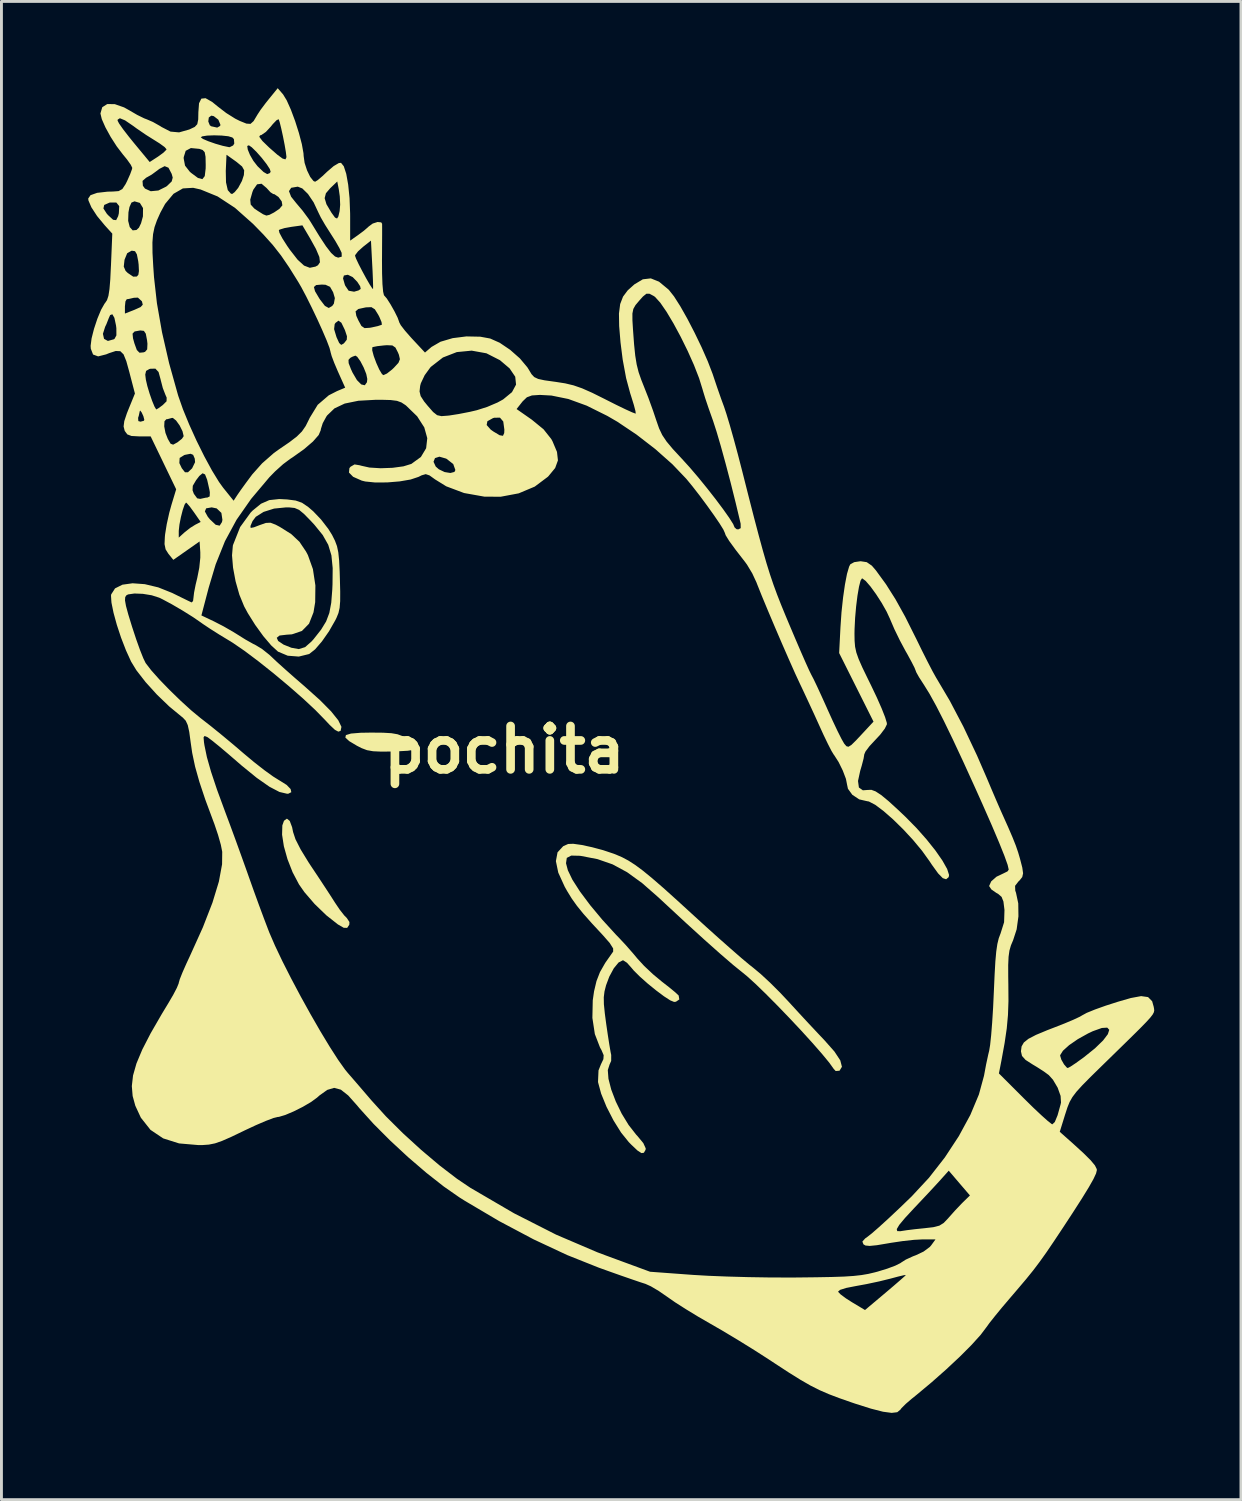
<source format=kicad_pcb>
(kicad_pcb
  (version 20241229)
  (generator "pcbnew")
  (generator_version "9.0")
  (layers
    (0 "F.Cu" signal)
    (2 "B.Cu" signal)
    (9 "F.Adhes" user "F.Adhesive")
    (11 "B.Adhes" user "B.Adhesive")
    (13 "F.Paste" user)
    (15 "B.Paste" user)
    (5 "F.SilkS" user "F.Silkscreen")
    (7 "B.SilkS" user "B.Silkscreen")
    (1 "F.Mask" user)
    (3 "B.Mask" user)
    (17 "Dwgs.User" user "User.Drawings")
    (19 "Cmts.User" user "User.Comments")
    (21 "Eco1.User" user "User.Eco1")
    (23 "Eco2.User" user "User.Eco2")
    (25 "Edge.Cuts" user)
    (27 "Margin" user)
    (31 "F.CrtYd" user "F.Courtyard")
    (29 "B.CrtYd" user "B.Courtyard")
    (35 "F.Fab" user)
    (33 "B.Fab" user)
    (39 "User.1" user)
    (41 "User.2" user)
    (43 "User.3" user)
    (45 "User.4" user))
  (footprint "pochita"
    (layer "F.Cu")
    (at 14.393 22.878)
    (property "Reference" "pochita" (at 0 0 0) (layer "F.SilkS") (effects (font (size 1.5 1.5) (thickness 0.3))))
    (attr board_only exclude_from_pos_files exclude_from_bom)
    (fp_poly (pts (xy -4.194 -0.589) (xy -3.905 -0.572) (xy -3.694 -0.535) (xy -3.516 -0.469) (xy -3.335 -0.371) (xy -3.127 -0.229) (xy -3.004 -0.105) (xy -2.988 -0.053) (xy -3.088 -0.003) (xy -3.344 0.035) (xy -3.74 0.057) (xy -3.859 0.061) (xy -4.26 0.065) (xy -4.541 0.052) (xy -4.751 0.015) (xy -4.939 -0.056) (xy -5.101 -0.139) (xy -5.372 -0.301) (xy -5.5 -0.422) (xy -5.48 -0.507) (xy -5.305 -0.56) (xy -4.972 -0.587) (xy -4.608 -0.593)) (stroke (width 0) (type solid)) (fill yes) (layer "F.SilkS"))
    (fp_poly (pts (xy -7.423 2.462) (xy -7.341 2.68) (xy -7.308 2.844) (xy -7.225 3.095) (xy -7.044 3.451) (xy -6.777 3.887) (xy -6.697 4.009) (xy -6.443 4.39) (xy -6.194 4.768) (xy -5.981 5.095) (xy -5.864 5.279) (xy -5.694 5.531) (xy -5.537 5.731) (xy -5.451 5.817) (xy -5.359 5.957) (xy -5.363 6.05) (xy -5.437 6.16) (xy -5.556 6.157) (xy -5.759 6.04) (xy -5.76 6.039) (xy -6.157 5.726) (xy -6.562 5.335) (xy -6.916 4.924) (xy -7.102 4.658) (xy -7.324 4.237) (xy -7.501 3.785) (xy -7.626 3.339) (xy -7.688 2.938) (xy -7.679 2.617) (xy -7.622 2.456) (xy -7.521 2.383)) (stroke (width 0) (type solid)) (fill yes) (layer "F.SilkS"))
    (fp_poly (pts (xy -7.511 -8.656) (xy -7.218 -8.618) (xy -7 -8.542) (xy -6.784 -8.395) (xy -6.61 -8.245) (xy -6.341 -7.963) (xy -6.087 -7.634) (xy -5.96 -7.43) (xy -5.859 -7.228) (xy -5.789 -7.041) (xy -5.744 -6.827) (xy -5.715 -6.545) (xy -5.696 -6.155) (xy -5.689 -5.918) (xy -5.678 -5.464) (xy -5.679 -5.14) (xy -5.698 -4.908) (xy -5.738 -4.729) (xy -5.804 -4.566) (xy -5.845 -4.482) (xy -6.066 -4.095) (xy -6.31 -3.746) (xy -6.545 -3.473) (xy -6.744 -3.315) (xy -6.756 -3.309) (xy -7.11 -3.222) (xy -7.493 -3.252) (xy -7.824 -3.391) (xy -7.834 -3.398) (xy -8.065 -3.609) (xy -8.337 -3.929) (xy -8.617 -4.316) (xy -8.873 -4.724) (xy -9 -4.959) (xy -9.165 -5.362) (xy -9.296 -5.825) (xy -9.384 -6.296) (xy -9.419 -6.723) (xy -9.391 -7.054) (xy -9.385 -7.08) (xy -9.138 -7.702) (xy -9.113 -7.736) (xy -8.782 -7.736) (xy -8.775 -7.67) (xy -8.66 -7.693) (xy -8.464 -7.768) (xy -8.247 -7.844) (xy -8.089 -7.851) (xy -7.912 -7.784) (xy -7.765 -7.706) (xy -7.372 -7.459) (xy -7.088 -7.193) (xy -6.859 -6.852) (xy -6.795 -6.731) (xy -6.622 -6.247) (xy -6.536 -5.682) (xy -6.543 -5.103) (xy -6.602 -4.75) (xy -6.756 -4.359) (xy -7.002 -4.108) (xy -7.348 -3.991) (xy -7.527 -3.979) (xy -7.775 -3.95) (xy -7.872 -3.872) (xy -7.824 -3.762) (xy -7.637 -3.636) (xy -7.366 -3.527) (xy -7.109 -3.481) (xy -6.891 -3.549) (xy -6.665 -3.749) (xy -6.592 -3.832) (xy -6.339 -4.153) (xy -6.165 -4.437) (xy -6.054 -4.73) (xy -5.988 -5.081) (xy -5.952 -5.537) (xy -5.944 -5.722) (xy -5.938 -6.282) (xy -5.982 -6.723) (xy -6.092 -7.088) (xy -6.283 -7.426) (xy -6.571 -7.781) (xy -6.696 -7.916) (xy -6.93 -8.155) (xy -7.099 -8.295) (xy -7.254 -8.361) (xy -7.443 -8.381) (xy -7.546 -8.382) (xy -7.964 -8.34) (xy -8.328 -8.225) (xy -8.598 -8.055) (xy -8.709 -7.908) (xy -8.782 -7.736) (xy -9.113 -7.736) (xy -8.775 -8.202) (xy -8.707 -8.271) (xy -8.418 -8.507) (xy -8.131 -8.633) (xy -7.786 -8.67)) (stroke (width 0) (type solid)) (fill yes) (layer "F.SilkS"))
    (fp_poly (pts (xy 2.673 3.293) (xy 3.034 3.371) (xy 3.42 3.475) (xy 3.785 3.597) (xy 3.852 3.623) (xy 4.072 3.718) (xy 4.289 3.833) (xy 4.522 3.983) (xy 4.789 4.181) (xy 5.108 4.442) (xy 5.497 4.779) (xy 5.973 5.207) (xy 6.489 5.679) (xy 6.957 6.106) (xy 7.412 6.515) (xy 7.832 6.886) (xy 8.191 7.199) (xy 8.468 7.431) (xy 8.606 7.54) (xy 8.865 7.756) (xy 9.191 8.058) (xy 9.538 8.404) (xy 9.821 8.705) (xy 10.161 9.076) (xy 10.522 9.466) (xy 10.857 9.823) (xy 11.07 10.048) (xy 11.415 10.438) (xy 11.616 10.743) (xy 11.673 10.964) (xy 11.59 11.1) (xy 11.457 11.111) (xy 11.388 11.036) (xy 11.233 10.82) (xy 10.98 10.513) (xy 10.651 10.137) (xy 10.27 9.718) (xy 9.859 9.28) (xy 9.443 8.848) (xy 9.044 8.446) (xy 8.686 8.099) (xy 8.392 7.832) (xy 8.255 7.72) (xy 7.921 7.45) (xy 7.475 7.066) (xy 6.925 6.577) (xy 6.279 5.989) (xy 5.545 5.309) (xy 5.338 5.116) (xy 4.764 4.612) (xy 4.242 4.234) (xy 3.74 3.963) (xy 3.221 3.783) (xy 2.651 3.673) (xy 2.605 3.667) (xy 2.312 3.66) (xy 2.158 3.74) (xy 2.131 3.925) (xy 2.195 4.168) (xy 2.351 4.493) (xy 2.614 4.903) (xy 2.966 5.374) (xy 3.386 5.878) (xy 3.855 6.392) (xy 3.979 6.52) (xy 4.208 6.766) (xy 4.465 7.06) (xy 4.598 7.22) (xy 4.835 7.478) (xy 5.144 7.768) (xy 5.444 8.017) (xy 5.702 8.218) (xy 5.906 8.386) (xy 6.019 8.491) (xy 6.027 8.501) (xy 6.049 8.635) (xy 5.933 8.714) (xy 5.868 8.721) (xy 5.736 8.667) (xy 5.517 8.525) (xy 5.246 8.322) (xy 4.959 8.089) (xy 4.691 7.851) (xy 4.477 7.639) (xy 4.386 7.531) (xy 4.238 7.366) (xy 4.112 7.284) (xy 4.097 7.281) (xy 3.949 7.357) (xy 3.784 7.558) (xy 3.628 7.846) (xy 3.516 8.145) (xy 3.462 8.357) (xy 3.437 8.56) (xy 3.441 8.8) (xy 3.474 9.126) (xy 3.518 9.459) (xy 3.575 9.851) (xy 3.629 10.198) (xy 3.673 10.454) (xy 3.694 10.555) (xy 3.693 10.761) (xy 3.639 10.882) (xy 3.576 11.078) (xy 3.599 11.379) (xy 3.695 11.752) (xy 3.852 12.164) (xy 4.056 12.584) (xy 4.296 12.977) (xy 4.557 13.311) (xy 4.594 13.35) (xy 4.805 13.604) (xy 4.888 13.787) (xy 4.882 13.837) (xy 4.824 13.937) (xy 4.74 13.949) (xy 4.604 13.861) (xy 4.391 13.66) (xy 4.301 13.568) (xy 4.037 13.241) (xy 3.772 12.816) (xy 3.532 12.349) (xy 3.346 11.893) (xy 3.241 11.506) (xy 3.238 11.481) (xy 3.255 11.09) (xy 3.338 10.881) (xy 3.424 10.7) (xy 3.433 10.564) (xy 3.361 10.394) (xy 3.306 10.294) (xy 3.128 9.832) (xy 3.043 9.273) (xy 3.056 8.665) (xy 3.101 8.354) (xy 3.185 8) (xy 3.305 7.691) (xy 3.486 7.373) (xy 3.756 6.988) (xy 3.762 6.981) (xy 3.761 6.871) (xy 3.642 6.683) (xy 3.414 6.422) (xy 3.026 6.004) (xy 2.732 5.673) (xy 2.509 5.398) (xy 2.33 5.147) (xy 2.17 4.887) (xy 2.084 4.734) (xy 1.863 4.249) (xy 1.781 3.852) (xy 1.838 3.547) (xy 2.033 3.336) (xy 2.204 3.259) (xy 2.381 3.252)) (stroke (width 0) (type solid)) (fill yes) (layer "F.SilkS"))
    (fp_poly (pts (xy -7.653 -22.663) (xy -7.528 -22.458) (xy -7.384 -22.136) (xy -7.238 -21.744) (xy -7.106 -21.329) (xy -7.004 -20.942) (xy -6.948 -20.628) (xy -6.942 -20.531) (xy -6.909 -20.295) (xy -6.825 -20.037) (xy -6.715 -19.81) (xy -6.601 -19.667) (xy -6.545 -19.643) (xy -6.456 -19.698) (xy -6.289 -19.84) (xy -6.127 -19.993) (xy -5.904 -20.184) (xy -5.726 -20.289) (xy -5.65 -20.297) (xy -5.554 -20.178) (xy -5.469 -19.917) (xy -5.402 -19.541) (xy -5.355 -19.077) (xy -5.335 -18.552) (xy -5.334 -18.441) (xy -5.334 -17.606) (xy -5.06 -17.799) (xy -4.86 -17.948) (xy -4.717 -18.071) (xy -4.7 -18.089) (xy -4.554 -18.197) (xy -4.386 -18.251) (xy -4.26 -18.238) (xy -4.229 -18.188) (xy -4.228 -18.066) (xy -4.228 -17.809) (xy -4.23 -17.452) (xy -4.232 -17.03) (xy -4.233 -16.92) (xy -4.23 -16.472) (xy -4.217 -16.103) (xy -4.194 -15.842) (xy -4.165 -15.718) (xy -4.159 -15.712) (xy -4.068 -15.607) (xy -3.939 -15.406) (xy -3.803 -15.165) (xy -3.692 -14.942) (xy -3.639 -14.795) (xy -3.638 -14.785) (xy -3.583 -14.681) (xy -3.438 -14.493) (xy -3.233 -14.259) (xy -3.191 -14.213) (xy -2.746 -13.736) (xy -2.52 -13.93) (xy -2.209 -14.11) (xy -1.789 -14.234) (xy -1.312 -14.294) (xy -0.833 -14.284) (xy -0.491 -14.221) (xy -0.163 -14.075) (xy 0.198 -13.831) (xy 0.536 -13.533) (xy 0.793 -13.227) (xy 0.844 -13.146) (xy 0.938 -12.989) (xy 1.032 -12.888) (xy 1.169 -12.823) (xy 1.388 -12.776) (xy 1.73 -12.728) (xy 1.762 -12.724) (xy 2.1 -12.671) (xy 2.393 -12.601) (xy 2.689 -12.498) (xy 3.035 -12.345) (xy 3.477 -12.125) (xy 3.504 -12.111) (xy 3.877 -11.923) (xy 4.192 -11.771) (xy 4.421 -11.667) (xy 4.535 -11.625) (xy 4.542 -11.626) (xy 4.532 -11.715) (xy 4.477 -11.924) (xy 4.387 -12.215) (xy 4.351 -12.327) (xy 4.21 -12.85) (xy 4.091 -13.493) (xy 4.016 -14.087) (xy 3.969 -14.653) (xy 3.962 -15.084) (xy 3.962 -15.084) (xy 4.427 -15.084) (xy 4.428 -14.849) (xy 4.447 -14.537) (xy 4.485 -14.02) (xy 4.525 -13.63) (xy 4.575 -13.323) (xy 4.642 -13.056) (xy 4.736 -12.787) (xy 4.821 -12.573) (xy 4.98 -12.169) (xy 5.143 -11.719) (xy 5.254 -11.388) (xy 5.35 -11.113) (xy 5.459 -10.883) (xy 5.608 -10.66) (xy 5.824 -10.401) (xy 6.134 -10.067) (xy 6.146 -10.054) (xy 6.413 -9.76) (xy 6.709 -9.413) (xy 7.013 -9.039) (xy 7.305 -8.666) (xy 7.566 -8.317) (xy 7.775 -8.021) (xy 7.913 -7.803) (xy 7.959 -7.691) (xy 8.028 -7.628) (xy 8.087 -7.62) (xy 8.173 -7.663) (xy 8.17 -7.815) (xy 8.162 -7.853) (xy 7.999 -8.537) (xy 7.827 -9.226) (xy 7.653 -9.887) (xy 7.488 -10.488) (xy 7.339 -10.996) (xy 7.215 -11.38) (xy 7.188 -11.455) (xy 7.06 -11.816) (xy 6.946 -12.155) (xy 6.867 -12.413) (xy 6.854 -12.46) (xy 6.733 -12.85) (xy 6.556 -13.304) (xy 6.339 -13.79) (xy 6.098 -14.279) (xy 5.849 -14.741) (xy 5.608 -15.145) (xy 5.39 -15.461) (xy 5.211 -15.659) (xy 5.166 -15.691) (xy 5.017 -15.77) (xy 4.91 -15.77) (xy 4.791 -15.673) (xy 4.664 -15.531) (xy 4.534 -15.377) (xy 4.459 -15.244) (xy 4.427 -15.084) (xy 3.962 -15.084) (xy 4.004 -15.413) (xy 4.103 -15.67) (xy 4.265 -15.887) (xy 4.496 -16.094) (xy 4.788 -16.269) (xy 5.063 -16.301) (xy 5.347 -16.187) (xy 5.669 -15.921) (xy 5.692 -15.898) (xy 5.866 -15.678) (xy 6.084 -15.336) (xy 6.327 -14.906) (xy 6.578 -14.421) (xy 6.82 -13.919) (xy 7.034 -13.432) (xy 7.202 -12.995) (xy 7.244 -12.869) (xy 7.359 -12.527) (xy 7.498 -12.129) (xy 7.596 -11.863) (xy 7.68 -11.609) (xy 7.795 -11.227) (xy 7.929 -10.753) (xy 8.072 -10.224) (xy 8.214 -9.676) (xy 8.218 -9.661) (xy 8.441 -8.779) (xy 8.631 -8.038) (xy 8.794 -7.419) (xy 8.936 -6.898) (xy 9.064 -6.453) (xy 9.185 -6.064) (xy 9.306 -5.707) (xy 9.433 -5.361) (xy 9.573 -5.004) (xy 9.733 -4.615) (xy 9.84 -4.36) (xy 10.05 -3.864) (xy 10.243 -3.414) (xy 10.409 -3.035) (xy 10.536 -2.753) (xy 10.612 -2.597) (xy 10.62 -2.582) (xy 10.693 -2.443) (xy 10.817 -2.184) (xy 10.975 -1.84) (xy 11.152 -1.448) (xy 11.174 -1.397) (xy 11.354 -1) (xy 11.521 -0.647) (xy 11.659 -0.373) (xy 11.749 -0.215) (xy 11.756 -0.206) (xy 11.828 -0.122) (xy 11.898 -0.103) (xy 11.999 -0.165) (xy 12.161 -0.324) (xy 12.327 -0.501) (xy 12.765 -0.972) (xy 12.171 -2.158) (xy 11.577 -3.344) (xy 11.622 -4.233) (xy 11.658 -4.755) (xy 11.712 -5.259) (xy 11.777 -5.712) (xy 11.848 -6.081) (xy 11.922 -6.334) (xy 11.963 -6.413) (xy 12.097 -6.487) (xy 12.312 -6.519) (xy 12.322 -6.519) (xy 12.531 -6.487) (xy 12.708 -6.365) (xy 12.848 -6.202) (xy 13.196 -5.724) (xy 13.526 -5.202) (xy 13.861 -4.599) (xy 14.224 -3.873) (xy 14.236 -3.85) (xy 14.442 -3.428) (xy 14.64 -3.035) (xy 14.809 -2.71) (xy 14.931 -2.491) (xy 14.953 -2.455) (xy 15.404 -1.692) (xy 15.874 -0.797) (xy 16.344 0.198) (xy 16.681 0.974) (xy 16.848 1.37) (xy 17.011 1.751) (xy 17.147 2.064) (xy 17.208 2.201) (xy 17.42 2.674) (xy 17.574 3.032) (xy 17.685 3.311) (xy 17.767 3.55) (xy 17.831 3.768) (xy 17.911 4.078) (xy 17.938 4.274) (xy 17.909 4.403) (xy 17.821 4.514) (xy 17.777 4.556) (xy 17.661 4.706) (xy 17.667 4.872) (xy 17.693 4.946) (xy 17.771 5.314) (xy 17.777 5.76) (xy 17.715 6.212) (xy 17.593 6.587) (xy 17.517 6.767) (xy 17.466 6.945) (xy 17.436 7.158) (xy 17.423 7.445) (xy 17.424 7.842) (xy 17.428 8.128) (xy 17.432 8.691) (xy 17.415 9.174) (xy 17.373 9.638) (xy 17.299 10.142) (xy 17.189 10.747) (xy 17.182 10.783) (xy 17.102 11.194) (xy 17.983 12.074) (xy 18.299 12.385) (xy 18.578 12.647) (xy 18.794 12.84) (xy 18.926 12.943) (xy 18.95 12.954) (xy 19.035 12.873) (xy 19.131 12.64) (xy 19.233 12.272) (xy 19.249 12.201) (xy 19.235 11.971) (xy 19.133 11.686) (xy 18.971 11.412) (xy 18.826 11.251) (xy 18.663 11.131) (xy 18.419 10.974) (xy 18.267 10.883) (xy 18.023 10.726) (xy 17.901 10.59) (xy 17.898 10.58) (xy 19.219 10.58) (xy 19.261 10.718) (xy 19.354 10.881) (xy 19.452 10.993) (xy 19.484 11.007) (xy 19.574 10.96) (xy 19.761 10.836) (xy 20.005 10.66) (xy 20.036 10.638) (xy 20.426 10.324) (xy 20.704 10.054) (xy 20.869 9.837) (xy 20.918 9.686) (xy 20.849 9.61) (xy 20.661 9.622) (xy 20.35 9.733) (xy 20.187 9.81) (xy 19.83 10.009) (xy 19.53 10.216) (xy 19.316 10.409) (xy 19.221 10.561) (xy 19.219 10.58) (xy 17.898 10.58) (xy 17.865 10.435) (xy 17.865 10.419) (xy 17.886 10.26) (xy 17.964 10.124) (xy 18.123 9.997) (xy 18.386 9.86) (xy 18.777 9.697) (xy 19.008 9.608) (xy 19.37 9.466) (xy 19.681 9.335) (xy 19.901 9.232) (xy 19.981 9.185) (xy 20.139 9.099) (xy 20.424 8.983) (xy 20.796 8.85) (xy 21.22 8.714) (xy 21.658 8.588) (xy 21.659 8.587) (xy 22.02 8.52) (xy 22.26 8.554) (xy 22.401 8.697) (xy 22.454 8.885) (xy 22.467 8.956) (xy 22.473 9.017) (xy 22.46 9.08) (xy 22.417 9.16) (xy 22.33 9.272) (xy 22.187 9.428) (xy 21.977 9.643) (xy 21.686 9.931) (xy 21.303 10.306) (xy 20.816 10.782) (xy 20.653 10.941) (xy 20.268 11.318) (xy 19.985 11.605) (xy 19.784 11.826) (xy 19.645 12.009) (xy 19.548 12.179) (xy 19.473 12.364) (xy 19.4 12.589) (xy 19.397 12.596) (xy 19.206 13.213) (xy 19.656 13.612) (xy 20.023 13.947) (xy 20.273 14.195) (xy 20.422 14.374) (xy 20.485 14.501) (xy 20.489 14.539) (xy 20.461 14.654) (xy 20.371 14.847) (xy 20.212 15.128) (xy 19.976 15.512) (xy 19.656 16.011) (xy 19.329 16.51) (xy 19.003 17.001) (xy 18.741 17.387) (xy 18.512 17.708) (xy 18.29 18.002) (xy 18.044 18.306) (xy 17.746 18.658) (xy 17.485 18.963) (xy 17.208 19.289) (xy 16.961 19.59) (xy 16.771 19.83) (xy 16.67 19.97) (xy 16.468 20.237) (xy 16.155 20.583) (xy 15.753 20.986) (xy 15.284 21.425) (xy 14.773 21.877) (xy 14.242 22.32) (xy 14.095 22.438) (xy 13.886 22.617) (xy 13.732 22.77) (xy 13.691 22.825) (xy 13.586 22.91) (xy 13.393 22.933) (xy 13.094 22.893) (xy 12.676 22.786) (xy 12.123 22.611) (xy 12.006 22.571) (xy 11.577 22.421) (xy 11.219 22.285) (xy 10.899 22.146) (xy 10.584 21.987) (xy 10.241 21.79) (xy 9.837 21.538) (xy 9.339 21.213) (xy 9.125 21.072) (xy 8.642 20.762) (xy 8.09 20.42) (xy 7.542 20.091) (xy 7.129 19.853) (xy 6.702 19.606) (xy 6.277 19.347) (xy 5.902 19.108) (xy 5.628 18.917) (xy 5.624 18.914) (xy 5.373 18.741) (xy 11.539 18.741) (xy 11.539 18.743) (xy 11.624 18.833) (xy 11.812 18.973) (xy 12.02 19.106) (xy 12.471 19.376) (xy 13.178 18.781) (xy 13.464 18.538) (xy 13.694 18.339) (xy 13.843 18.207) (xy 13.885 18.163) (xy 13.811 18.173) (xy 13.616 18.219) (xy 13.343 18.292) (xy 13.342 18.292) (xy 12.966 18.385) (xy 12.524 18.479) (xy 12.153 18.547) (xy 11.821 18.612) (xy 11.608 18.679) (xy 11.539 18.741) (xy 5.373 18.741) (xy 5.338 18.717) (xy 5.068 18.557) (xy 4.871 18.468) (xy 4.868 18.468) (xy 4.705 18.416) (xy 4.415 18.317) (xy 4.031 18.184) (xy 3.586 18.026) (xy 3.26 17.909) (xy 2.169 17.474) (xy 1.008 16.931) (xy -0.185 16.298) (xy -1.371 15.597) (xy -1.555 15.481) (xy -2.094 15.106) (xy -2.698 14.631) (xy -3.33 14.089) (xy -3.951 13.513) (xy -4.524 12.939) (xy -5.011 12.4) (xy -5.096 12.298) (xy -5.402 11.955) (xy -5.656 11.755) (xy -5.887 11.693) (xy -6.125 11.763) (xy -6.399 11.959) (xy -6.482 12.033) (xy -6.686 12.182) (xy -6.971 12.349) (xy -7.286 12.507) (xy -7.579 12.631) (xy -7.797 12.696) (xy -7.841 12.7) (xy -7.986 12.736) (xy -8.247 12.835) (xy -8.588 12.981) (xy -8.974 13.161) (xy -9.027 13.187) (xy -9.45 13.39) (xy -9.763 13.527) (xy -10.006 13.612) (xy -10.219 13.655) (xy -10.442 13.671) (xy -10.579 13.672) (xy -11.25 13.614) (xy -11.8 13.44) (xy -12.239 13.145) (xy -12.572 12.724) (xy -12.764 12.31) (xy -12.856 11.974) (xy -12.884 11.632) (xy -12.842 11.263) (xy -12.724 10.849) (xy -12.523 10.369) (xy -12.233 9.805) (xy -11.847 9.137) (xy -11.623 8.767) (xy -11.454 8.478) (xy -11.327 8.235) (xy -11.264 8.08) (xy -11.261 8.059) (xy -11.226 7.937) (xy -11.132 7.7) (xy -10.993 7.386) (xy -10.871 7.124) (xy -10.428 6.143) (xy -10.096 5.289) (xy -9.874 4.561) (xy -9.763 3.961) (xy -9.758 3.529) (xy -9.806 3.286) (xy -9.902 2.947) (xy -10.027 2.575) (xy -10.072 2.455) (xy -10.343 1.725) (xy -10.547 1.113) (xy -10.696 0.584) (xy -10.797 0.106) (xy -10.849 -0.254) (xy -10.898 -0.616) (xy -10.95 -0.852) (xy -11.019 -1.003) (xy -11.121 -1.112) (xy -11.161 -1.143) (xy -11.59 -1.497) (xy -12.018 -1.909) (xy -12.408 -2.339) (xy -12.725 -2.747) (xy -12.909 -3.048) (xy -13.087 -3.438) (xy -13.256 -3.875) (xy -13.403 -4.32) (xy -13.517 -4.737) (xy -13.588 -5.085) (xy -13.594 -5.163) (xy -13.12 -5.163) (xy -13.086 -4.972) (xy -13.006 -4.677) (xy -12.875 -4.25) (xy -12.868 -4.229) (xy -12.733 -3.819) (xy -12.601 -3.45) (xy -12.487 -3.164) (xy -12.407 -2.999) (xy -12.406 -2.998) (xy -12.215 -2.749) (xy -11.927 -2.426) (xy -11.577 -2.065) (xy -11.199 -1.698) (xy -10.828 -1.36) (xy -10.497 -1.086) (xy -10.456 -1.055) (xy -10.151 -0.817) (xy -9.77 -0.508) (xy -9.364 -0.17) (xy -9.017 0.127) (xy -8.66 0.425) (xy -8.308 0.701) (xy -7.999 0.924) (xy -7.775 1.064) (xy -7.768 1.067) (xy -7.53 1.217) (xy -7.393 1.359) (xy -7.369 1.468) (xy -7.474 1.521) (xy -7.514 1.522) (xy -7.779 1.46) (xy -8.127 1.278) (xy -8.564 0.972) (xy -9.098 0.537) (xy -9.229 0.423) (xy -9.565 0.133) (xy -9.866 -0.121) (xy -10.106 -0.315) (xy -10.254 -0.426) (xy -10.275 -0.439) (xy -10.369 -0.476) (xy -10.403 -0.428) (xy -10.389 -0.261) (xy -10.373 -0.156) (xy -10.288 0.256) (xy -10.144 0.763) (xy -9.937 1.384) (xy -9.66 2.137) (xy -9.652 2.159) (xy -9.491 2.589) (xy -9.296 3.12) (xy -9.09 3.69) (xy -8.893 4.24) (xy -8.846 4.374) (xy -8.667 4.877) (xy -8.483 5.383) (xy -8.311 5.846) (xy -8.17 6.216) (xy -8.129 6.322) (xy -7.932 6.777) (xy -7.676 7.315) (xy -7.375 7.908) (xy -7.046 8.528) (xy -6.703 9.147) (xy -6.363 9.738) (xy -6.04 10.272) (xy -5.751 10.722) (xy -5.511 11.06) (xy -5.416 11.176) (xy -5.245 11.373) (xy -5.004 11.652) (xy -4.734 11.967) (xy -4.604 12.119) (xy -4.096 12.679) (xy -3.508 13.263) (xy -2.877 13.839) (xy -2.242 14.375) (xy -1.64 14.836) (xy -1.176 15.149) (xy 0.333 16.03) (xy 1.79 16.77) (xy 3.215 17.379) (xy 3.546 17.503) (xy 5.038 18.052) (xy 6.519 18.161) (xy 7.054 18.192) (xy 7.707 18.218) (xy 8.431 18.238) (xy 9.176 18.25) (xy 9.891 18.252) (xy 10.118 18.251) (xy 10.795 18.243) (xy 11.33 18.233) (xy 11.749 18.219) (xy 12.08 18.197) (xy 12.348 18.167) (xy 12.582 18.127) (xy 12.807 18.074) (xy 12.905 18.048) (xy 13.238 17.946) (xy 13.517 17.842) (xy 13.695 17.754) (xy 13.717 17.737) (xy 13.882 17.632) (xy 14.13 17.518) (xy 14.231 17.48) (xy 14.495 17.355) (xy 14.708 17.197) (xy 14.757 17.142) (xy 14.909 16.933) (xy 14.461 16.933) (xy 14.162 16.949) (xy 13.772 16.992) (xy 13.362 17.053) (xy 13.265 17.07) (xy 12.883 17.134) (xy 12.634 17.159) (xy 12.487 17.145) (xy 12.418 17.105) (xy 12.38 17.008) (xy 12.477 16.9) (xy 12.531 16.863) (xy 12.695 16.735) (xy 12.876 16.578) (xy 13.569 16.578) (xy 13.586 16.647) (xy 13.7 16.65) (xy 13.737 16.643) (xy 13.918 16.615) (xy 14.203 16.58) (xy 14.514 16.548) (xy 14.834 16.511) (xy 15.042 16.458) (xy 15.193 16.364) (xy 15.344 16.206) (xy 15.36 16.187) (xy 15.581 15.939) (xy 15.807 15.701) (xy 15.86 15.647) (xy 16.1 15.414) (xy 15.733 14.986) (xy 15.367 14.557) (xy 15.079 14.878) (xy 14.896 15.078) (xy 14.636 15.358) (xy 14.342 15.67) (xy 14.169 15.853) (xy 13.854 16.193) (xy 13.656 16.431) (xy 13.569 16.578) (xy 12.876 16.578) (xy 12.957 16.507) (xy 13.295 16.199) (xy 13.686 15.831) (xy 14.086 15.445) (xy 14.682 14.804) (xy 15.231 14.1) (xy 15.714 13.365) (xy 16.114 12.628) (xy 16.41 11.921) (xy 16.586 11.276) (xy 16.594 11.233) (xy 16.659 10.884) (xy 16.736 10.527) (xy 16.764 10.414) (xy 16.798 10.209) (xy 16.834 9.869) (xy 16.869 9.429) (xy 16.901 8.921) (xy 16.926 8.382) (xy 16.953 7.78) (xy 16.979 7.32) (xy 17.01 6.975) (xy 17.048 6.718) (xy 17.096 6.52) (xy 17.158 6.355) (xy 17.16 6.35) (xy 17.281 5.965) (xy 17.294 5.548) (xy 17.292 5.522) (xy 17.258 5.249) (xy 17.194 5.088) (xy 17.072 4.983) (xy 17.01 4.949) (xy 16.84 4.83) (xy 16.764 4.715) (xy 16.764 4.71) (xy 16.836 4.551) (xy 17.018 4.391) (xy 17.251 4.28) (xy 17.399 4.207) (xy 17.441 4.146) (xy 17.404 3.982) (xy 17.293 3.671) (xy 17.11 3.214) (xy 16.857 2.617) (xy 16.534 1.883) (xy 16.286 1.33) (xy 15.869 0.414) (xy 15.508 -0.358) (xy 15.198 -0.998) (xy 14.932 -1.518) (xy 14.704 -1.931) (xy 14.508 -2.248) (xy 14.483 -2.286) (xy 14.339 -2.509) (xy 14.245 -2.677) (xy 14.224 -2.733) (xy 14.185 -2.833) (xy 14.08 -3.039) (xy 13.93 -3.315) (xy 13.875 -3.41) (xy 13.678 -3.778) (xy 13.488 -4.168) (xy 13.345 -4.5) (xy 13.339 -4.516) (xy 13.218 -4.778) (xy 13.048 -5.078) (xy 12.854 -5.379) (xy 12.661 -5.645) (xy 12.493 -5.839) (xy 12.377 -5.925) (xy 12.367 -5.927) (xy 12.317 -5.848) (xy 12.263 -5.636) (xy 12.21 -5.327) (xy 12.164 -4.957) (xy 12.129 -4.561) (xy 12.11 -4.176) (xy 12.107 -4.017) (xy 12.111 -3.768) (xy 12.128 -3.562) (xy 12.171 -3.363) (xy 12.251 -3.136) (xy 12.378 -2.847) (xy 12.566 -2.459) (xy 12.683 -2.221) (xy 12.881 -1.805) (xy 13.046 -1.43) (xy 13.165 -1.129) (xy 13.225 -0.931) (xy 13.229 -0.881) (xy 13.155 -0.73) (xy 12.993 -0.517) (xy 12.823 -0.335) (xy 12.624 -0.121) (xy 12.488 0.061) (xy 12.446 0.158) (xy 12.422 0.304) (xy 12.359 0.547) (xy 12.305 0.729) (xy 12.229 1.08) (xy 12.26 1.306) (xy 12.397 1.403) (xy 12.569 1.39) (xy 12.69 1.386) (xy 12.837 1.44) (xy 13.03 1.566) (xy 13.288 1.779) (xy 13.631 2.093) (xy 13.872 2.322) (xy 14.253 2.709) (xy 14.604 3.106) (xy 14.909 3.489) (xy 15.15 3.836) (xy 15.312 4.124) (xy 15.378 4.33) (xy 15.365 4.405) (xy 15.277 4.479) (xy 15.161 4.441) (xy 15.001 4.278) (xy 14.784 3.978) (xy 14.7 3.851) (xy 14.444 3.495) (xy 14.132 3.119) (xy 13.789 2.749) (xy 13.44 2.407) (xy 13.11 2.118) (xy 12.824 1.904) (xy 12.605 1.79) (xy 12.538 1.778) (xy 12.269 1.716) (xy 12.033 1.559) (xy 11.881 1.35) (xy 11.853 1.218) (xy 11.811 1.006) (xy 11.702 0.719) (xy 11.557 0.424) (xy 11.404 0.186) (xy 11.39 0.169) (xy 11.312 0.041) (xy 11.187 -0.203) (xy 11.033 -0.523) (xy 10.924 -0.762) (xy 10.723 -1.205) (xy 10.499 -1.689) (xy 10.292 -2.132) (xy 10.228 -2.266) (xy 10.058 -2.632) (xy 9.844 -3.113) (xy 9.603 -3.664) (xy 9.354 -4.244) (xy 9.115 -4.809) (xy 8.904 -5.317) (xy 8.741 -5.724) (xy 8.718 -5.785) (xy 8.572 -6.099) (xy 8.39 -6.402) (xy 8.323 -6.494) (xy 7.995 -6.917) (xy 7.773 -7.222) (xy 7.652 -7.419) (xy 7.623 -7.502) (xy 7.573 -7.614) (xy 7.439 -7.83) (xy 7.242 -8.118) (xy 7.006 -8.448) (xy 6.751 -8.792) (xy 6.498 -9.117) (xy 6.29 -9.37) (xy 5.809 -9.874) (xy 5.218 -10.398) (xy 4.568 -10.9) (xy 3.906 -11.344) (xy 3.556 -11.547) (xy 2.845 -11.9) (xy 2.212 -12.13) (xy 1.628 -12.249) (xy 1.228 -12.271) (xy 0.953 -12.253) (xy 0.778 -12.189) (xy 0.633 -12.05) (xy 0.613 -12.025) (xy 0.422 -11.782) (xy 0.946 -11.416) (xy 1.354 -11.082) (xy 1.621 -10.746) (xy 1.664 -10.668) (xy 1.819 -10.3) (xy 1.852 -10.007) (xy 1.756 -9.743) (xy 1.524 -9.461) (xy 1.501 -9.438) (xy 1.05 -9.1) (xy 0.496 -8.867) (xy -0.126 -8.75) (xy -0.688 -8.752) (xy -1.395 -8.878) (xy -2.011 -9.11) (xy -2.397 -9.349) (xy -2.589 -9.487) (xy -2.72 -9.531) (xy -2.86 -9.491) (xy -2.973 -9.435) (xy -3.243 -9.345) (xy -3.622 -9.28) (xy -4.049 -9.245) (xy -4.466 -9.242) (xy -4.812 -9.277) (xy -4.933 -9.307) (xy -5.231 -9.439) (xy -5.375 -9.586) (xy -5.36 -9.739) (xy -5.32 -9.787) (xy -5.182 -9.867) (xy -4.994 -9.836) (xy -4.962 -9.825) (xy -4.667 -9.759) (xy -4.28 -9.735) (xy -3.866 -9.75) (xy -3.49 -9.801) (xy -3.217 -9.885) (xy -3.116 -9.959) (xy -2.451 -9.959) (xy -2.374 -9.793) (xy -2.267 -9.699) (xy -2.067 -9.603) (xy -1.868 -9.571) (xy -1.728 -9.607) (xy -1.695 -9.673) (xy -1.769 -9.88) (xy -1.995 -10.057) (xy -2.017 -10.069) (xy -2.247 -10.135) (xy -2.4 -10.086) (xy -2.451 -9.959) (xy -3.116 -9.959) (xy -2.888 -10.124) (xy -2.706 -10.427) (xy -2.667 -10.775) (xy -2.771 -11.149) (xy -2.824 -11.23) (xy -0.613 -11.23) (xy -0.473 -11.071) (xy -0.381 -11.006) (xy -0.164 -10.876) (xy -0.049 -10.857) (xy -0.006 -10.953) (xy -0.001 -11.07) (xy -0.039 -11.351) (xy -0.153 -11.485) (xy -0.353 -11.481) (xy -0.397 -11.467) (xy -0.588 -11.361) (xy -0.613 -11.23) (xy -2.824 -11.23) (xy -3.016 -11.53) (xy -3.399 -11.901) (xy -3.419 -11.917) (xy -3.559 -12.009) (xy -3.715 -12.066) (xy -3.934 -12.094) (xy -4.259 -12.103) (xy -4.435 -12.103) (xy -5.049 -12.069) (xy -5.522 -11.972) (xy -5.876 -11.805) (xy -6.13 -11.561) (xy -6.157 -11.522) (xy -6.282 -11.293) (xy -6.347 -11.089) (xy -6.35 -11.054) (xy -6.422 -10.884) (xy -6.621 -10.658) (xy -6.927 -10.395) (xy -7.316 -10.118) (xy -7.408 -10.058) (xy -7.652 -9.876) (xy -7.931 -9.625) (xy -8.128 -9.423) (xy -8.759 -8.674) (xy -9.263 -7.952) (xy -9.663 -7.213) (xy -9.985 -6.41) (xy -10.226 -5.604) (xy -10.478 -4.645) (xy -10.044 -4.439) (xy -9.709 -4.266) (xy -9.362 -4.066) (xy -9.229 -3.983) (xy -8.956 -3.812) (xy -8.695 -3.665) (xy -8.594 -3.614) (xy -8.376 -3.481) (xy -8.129 -3.284) (xy -8.043 -3.204) (xy -7.864 -3.035) (xy -7.592 -2.79) (xy -7.263 -2.499) (xy -6.913 -2.196) (xy -6.893 -2.178) (xy -6.377 -1.716) (xy -5.993 -1.328) (xy -5.745 -1.019) (xy -5.635 -0.792) (xy -5.664 -0.653) (xy -5.743 -0.626) (xy -5.861 -0.689) (xy -6.043 -0.86) (xy -6.207 -1.035) (xy -6.539 -1.375) (xy -6.968 -1.775) (xy -7.462 -2.207) (xy -7.985 -2.644) (xy -8.504 -3.057) (xy -8.983 -3.417) (xy -9.389 -3.696) (xy -9.511 -3.771) (xy -9.854 -3.979) (xy -10.176 -4.183) (xy -10.425 -4.349) (xy -10.492 -4.397) (xy -10.766 -4.586) (xy -11.122 -4.809) (xy -11.496 -5.028) (xy -11.824 -5.204) (xy -11.938 -5.259) (xy -12.198 -5.342) (xy -12.504 -5.392) (xy -12.795 -5.403) (xy -13.012 -5.372) (xy -13.071 -5.342) (xy -13.113 -5.278) (xy -13.12 -5.163) (xy -13.594 -5.163) (xy -13.604 -5.328) (xy -13.598 -5.372) (xy -13.465 -5.58) (xy -13.209 -5.708) (xy -12.857 -5.757) (xy -12.435 -5.726) (xy -11.97 -5.615) (xy -11.49 -5.423) (xy -11.472 -5.414) (xy -11.183 -5.272) (xy -10.954 -5.16) (xy -10.826 -5.099) (xy -10.816 -5.094) (xy -10.767 -5.142) (xy -10.753 -5.251) (xy -10.732 -5.432) (xy -10.678 -5.707) (xy -10.621 -5.943) (xy -10.552 -6.291) (xy -10.516 -6.642) (xy -10.516 -6.827) (xy -10.541 -7.204) (xy -10.995 -6.885) (xy -11.449 -6.567) (xy -11.618 -6.775) (xy -11.716 -6.93) (xy -11.753 -7.111) (xy -11.743 -7.336) (xy -11.261 -7.336) (xy -11.07 -7.51) (xy -10.863 -7.674) (xy -10.691 -7.781) (xy -10.503 -7.878) (xy -10.734 -8.211) (xy -10.756 -8.241) (xy -10.358 -8.241) (xy -10.256 -8.056) (xy -10.183 -7.967) (xy -9.984 -7.78) (xy -9.847 -7.749) (xy -9.767 -7.873) (xy -9.751 -7.949) (xy -9.787 -8.191) (xy -9.95 -8.346) (xy -10.123 -8.382) (xy -10.314 -8.348) (xy -10.358 -8.241) (xy -10.756 -8.241) (xy -10.877 -8.407) (xy -10.983 -8.529) (xy -11.01 -8.548) (xy -11.06 -8.476) (xy -11.124 -8.29) (xy -11.187 -8.044) (xy -11.237 -7.789) (xy -11.26 -7.581) (xy -11.261 -7.562) (xy -11.261 -7.336) (xy -11.743 -7.336) (xy -11.74 -7.382) (xy -11.733 -7.452) (xy -11.677 -7.799) (xy -11.588 -8.2) (xy -11.515 -8.465) (xy -11.361 -8.973) (xy -10.784 -8.973) (xy -10.739 -8.851) (xy -10.624 -8.695) (xy -10.519 -8.675) (xy -10.323 -8.718) (xy -10.273 -8.721) (xy -10.192 -8.76) (xy -10.186 -8.903) (xy -10.202 -8.996) (xy -10.279 -9.336) (xy -10.352 -9.521) (xy -10.437 -9.561) (xy -10.55 -9.468) (xy -10.663 -9.32) (xy -10.776 -9.128) (xy -10.784 -8.973) (xy -11.361 -8.973) (xy -11.351 -9.008) (xy -11.788 -9.914) (xy -11.241 -9.914) (xy -11.156 -9.736) (xy -11.046 -9.596) (xy -10.944 -9.595) (xy -10.8 -9.731) (xy -10.697 -9.944) (xy -10.708 -10.069) (xy -10.764 -10.199) (xy -10.854 -10.236) (xy -11.038 -10.2) (xy -11.07 -10.191) (xy -11.23 -10.091) (xy -11.241 -9.914) (xy -11.788 -9.914) (xy -11.792 -9.923) (xy -12.233 -10.837) (xy -12.638 -10.837) (xy -12.896 -10.851) (xy -13.041 -10.906) (xy -13.127 -11.023) (xy -13.132 -11.034) (xy -13.168 -11.178) (xy -13.168 -11.184) (xy -11.764 -11.184) (xy -11.721 -10.957) (xy -11.639 -10.748) (xy -11.543 -10.583) (xy -11.455 -10.55) (xy -11.314 -10.627) (xy -11.301 -10.635) (xy -11.151 -10.755) (xy -11.091 -10.844) (xy -11.132 -11.016) (xy -11.231 -11.215) (xy -11.354 -11.386) (xy -11.464 -11.474) (xy -11.496 -11.475) (xy -11.653 -11.433) (xy -11.691 -11.43) (xy -11.755 -11.36) (xy -11.764 -11.184) (xy -13.168 -11.184) (xy -13.145 -11.364) (xy -13.107 -11.479) (xy -12.667 -11.479) (xy -12.659 -11.366) (xy -12.582 -11.345) (xy -12.467 -11.377) (xy -12.452 -11.409) (xy -12.484 -11.534) (xy -12.542 -11.661) (xy -12.593 -11.73) (xy -12.609 -11.712) (xy -12.644 -11.548) (xy -12.667 -11.479) (xy -13.107 -11.479) (xy -13.055 -11.635) (xy -12.999 -11.775) (xy -12.777 -12.319) (xy -12.948 -12.974) (xy -12.42 -12.974) (xy -12.399 -12.799) (xy -12.349 -12.582) (xy -12.271 -12.321) (xy -12.182 -12.065) (xy -12.099 -11.865) (xy -12.042 -11.771) (xy -12.036 -11.769) (xy -11.956 -11.815) (xy -11.813 -11.921) (xy -11.683 -12.05) (xy -11.679 -12.177) (xy -11.725 -12.281) (xy -11.813 -12.509) (xy -11.884 -12.783) (xy -11.888 -12.803) (xy -11.96 -13.064) (xy -12.07 -13.18) (xy -12.244 -13.175) (xy -12.28 -13.165) (xy -12.391 -13.101) (xy -12.42 -12.974) (xy -12.948 -12.974) (xy -12.97 -13.06) (xy -13.075 -13.439) (xy -13.17 -13.673) (xy -13.283 -13.783) (xy -13.441 -13.79) (xy -13.67 -13.715) (xy -13.773 -13.673) (xy -14.049 -13.603) (xy -14.225 -13.668) (xy -14.303 -13.87) (xy -14.309 -13.969) (xy -14.276 -14.224) (xy -14.236 -14.384) (xy -13.884 -14.384) (xy -13.845 -14.21) (xy -13.712 -14.137) (xy -13.508 -14.194) (xy -13.483 -14.209) (xy -13.418 -14.329) (xy -13.418 -14.39) (xy -12.859 -14.39) (xy -12.843 -14.228) (xy -12.795 -14.055) (xy -12.711 -13.824) (xy -12.619 -13.73) (xy -12.482 -13.742) (xy -12.426 -13.761) (xy -12.353 -13.846) (xy -12.344 -14.041) (xy -12.358 -14.163) (xy -12.401 -14.388) (xy -12.467 -14.486) (xy -12.589 -14.5) (xy -12.612 -14.497) (xy -12.788 -14.465) (xy -12.859 -14.39) (xy -13.418 -14.39) (xy -13.419 -14.577) (xy -13.431 -14.674) (xy -13.487 -14.937) (xy -13.558 -15.06) (xy -13.634 -15.032) (xy -13.683 -14.922) (xy -13.764 -14.715) (xy -13.807 -14.627) (xy -13.884 -14.384) (xy -14.236 -14.384) (xy -14.192 -14.556) (xy -14.076 -14.906) (xy -14.002 -15.084) (xy -13.123 -15.084) (xy -12.788 -15.216) (xy -12.581 -15.309) (xy -12.506 -15.39) (xy -12.532 -15.497) (xy -12.541 -15.514) (xy -12.674 -15.636) (xy -12.813 -15.63) (xy -12.986 -15.59) (xy -13.06 -15.58) (xy -13.105 -15.505) (xy -13.123 -15.331) (xy -13.123 -15.084) (xy -14.002 -15.084) (xy -13.947 -15.216) (xy -13.827 -15.428) (xy -13.809 -15.449) (xy -13.742 -15.549) (xy -13.693 -15.699) (xy -13.657 -15.929) (xy -13.629 -16.268) (xy -13.608 -16.708) (xy -13.163 -16.708) (xy -13.1 -16.561) (xy -13.026 -16.489) (xy -12.836 -16.36) (xy -12.711 -16.365) (xy -12.658 -16.426) (xy -12.638 -16.555) (xy -12.649 -16.782) (xy -12.663 -16.896) (xy -12.71 -17.133) (xy -12.774 -17.241) (xy -12.88 -17.258) (xy -12.898 -17.255) (xy -13.045 -17.17) (xy -13.135 -16.949) (xy -13.138 -16.933) (xy -13.163 -16.708) (xy -13.608 -16.708) (xy -13.606 -16.735) (xy -13.572 -17.545) (xy -12.172 -17.545) (xy -12.169 -17.185) (xy -12.143 -16.714) (xy -12.117 -16.341) (xy -12.016 -15.441) (xy -11.84 -14.438) (xy -11.596 -13.372) (xy -11.293 -12.287) (xy -11.277 -12.234) (xy -11.116 -11.774) (xy -10.899 -11.245) (xy -10.647 -10.689) (xy -10.378 -10.147) (xy -10.112 -9.657) (xy -9.869 -9.26) (xy -9.731 -9.068) (xy -9.364 -8.612) (xy -9.233 -8.813) (xy -9.117 -8.981) (xy -8.936 -9.231) (xy -8.729 -9.509) (xy -8.721 -9.52) (xy -8.379 -9.904) (xy -7.971 -10.262) (xy -7.8 -10.385) (xy -7.433 -10.636) (xy -7.178 -10.832) (xy -7.002 -11.007) (xy -6.872 -11.195) (xy -6.755 -11.429) (xy -6.732 -11.478) (xy -6.456 -11.929) (xy -6.072 -12.258) (xy -5.811 -12.391) (xy -2.934 -12.391) (xy -2.896 -12.231) (xy -2.777 -12.046) (xy -2.65 -11.891) (xy -2.464 -11.679) (xy -2.326 -11.57) (xy -2.176 -11.537) (xy -1.952 -11.554) (xy -1.905 -11.559) (xy -1.58 -11.61) (xy -1.196 -11.685) (xy -0.953 -11.742) (xy -0.595 -11.856) (xy -0.238 -12.008) (xy -0.045 -12.114) (xy 0.262 -12.366) (xy 0.403 -12.627) (xy 0.375 -12.9) (xy 0.18 -13.188) (xy -0.154 -13.472) (xy -0.621 -13.71) (xy -1.131 -13.802) (xy -1.645 -13.752) (xy -2.126 -13.565) (xy -2.539 -13.244) (xy -2.565 -13.216) (xy -2.757 -12.952) (xy -2.889 -12.674) (xy -2.913 -12.584) (xy -2.934 -12.391) (xy -5.811 -12.391) (xy -5.78 -12.406) (xy -5.506 -12.521) (xy -5.759 -13.084) (xy -5.883 -13.375) (xy -5.924 -13.483) (xy -5.391 -13.483) (xy -5.386 -13.369) (xy -5.308 -13.166) (xy -5.252 -13.044) (xy -5.099 -12.783) (xy -4.95 -12.633) (xy -4.827 -12.605) (xy -4.753 -12.709) (xy -4.741 -12.822) (xy -4.777 -12.996) (xy -4.866 -13.219) (xy -4.979 -13.435) (xy -5.089 -13.589) (xy -5.152 -13.63) (xy -5.263 -13.589) (xy -5.33 -13.551) (xy -5.391 -13.483) (xy -5.924 -13.483) (xy -5.973 -13.613) (xy -6.011 -13.75) (xy -6.011 -13.755) (xy -6.026 -13.813) (xy -4.571 -13.813) (xy -4.518 -13.614) (xy -4.429 -13.375) (xy -4.328 -13.15) (xy -4.234 -12.993) (xy -4.184 -12.954) (xy -4.062 -13.01) (xy -3.885 -13.149) (xy -3.821 -13.21) (xy -3.664 -13.38) (xy -3.613 -13.506) (xy -3.648 -13.659) (xy -3.681 -13.739) (xy -3.768 -13.909) (xy -3.875 -13.982) (xy -4.065 -13.99) (xy -4.163 -13.983) (xy -4.395 -13.957) (xy -4.545 -13.927) (xy -4.567 -13.917) (xy -4.571 -13.813) (xy -6.026 -13.813) (xy -6.048 -13.897) (xy -6.146 -14.155) (xy -6.292 -14.495) (xy -6.314 -14.545) (xy -5.889 -14.545) (xy -5.806 -14.269) (xy -5.806 -14.269) (xy -5.714 -14.068) (xy -5.644 -14.001) (xy -5.563 -14.044) (xy -5.532 -14.075) (xy -5.451 -14.179) (xy -5.444 -14.299) (xy -5.51 -14.499) (xy -5.525 -14.535) (xy -5.637 -14.766) (xy -5.737 -14.839) (xy -5.84 -14.762) (xy -5.869 -14.72) (xy -5.889 -14.545) (xy -6.314 -14.545) (xy -6.468 -14.884) (xy -6.6 -15.161) (xy -5.147 -15.161) (xy -5.121 -15.007) (xy -5.05 -14.849) (xy -4.944 -14.655) (xy -4.836 -14.581) (xy -4.658 -14.592) (xy -4.59 -14.604) (xy -4.377 -14.651) (xy -4.248 -14.694) (xy -4.237 -14.701) (xy -4.249 -14.791) (xy -4.325 -14.972) (xy -4.361 -15.04) (xy -4.48 -15.232) (xy -4.599 -15.306) (xy -4.782 -15.299) (xy -4.812 -15.294) (xy -5.052 -15.242) (xy -5.147 -15.161) (xy -6.6 -15.161) (xy -6.66 -15.287) (xy -6.851 -15.671) (xy -7.026 -16.001) (xy -7.027 -16.002) (xy -6.587 -16.002) (xy -6.549 -15.857) (xy -6.402 -15.609) (xy -6.379 -15.574) (xy -6.207 -15.35) (xy -6.074 -15.277) (xy -5.955 -15.346) (xy -5.897 -15.426) (xy -5.863 -15.619) (xy -5.923 -15.823) (xy -6.03 -16.009) (xy -6.186 -16.08) (xy -6.318 -16.087) (xy -6.51 -16.07) (xy -6.587 -16.002) (xy -7.027 -16.002) (xy -7.125 -16.171) (xy -7.205 -16.3) (xy -5.58 -16.3) (xy -5.52 -16.09) (xy -5.505 -16.05) (xy -5.386 -15.874) (xy -5.198 -15.84) (xy -5.045 -15.884) (xy -4.968 -15.936) (xy -4.988 -16.029) (xy -5.086 -16.18) (xy -5.247 -16.346) (xy -5.409 -16.424) (xy -5.424 -16.425) (xy -5.55 -16.4) (xy -5.58 -16.3) (xy -7.205 -16.3) (xy -7.445 -16.684) (xy -7.726 -17.095) (xy -8.009 -17.456) (xy -8.331 -17.815) (xy -8.482 -17.97) (xy -7.8 -17.97) (xy -7.78 -17.878) (xy -7.678 -17.685) (xy -7.513 -17.426) (xy -7.422 -17.295) (xy -7.152 -16.948) (xy -6.928 -16.743) (xy -6.729 -16.667) (xy -6.532 -16.708) (xy -6.447 -16.755) (xy -6.378 -16.859) (xy -6.399 -17.041) (xy -6.517 -17.319) (xy -6.718 -17.682) (xy -6.985 -18.135) (xy -7.363 -18.083) (xy -7.604 -18.04) (xy -7.769 -17.989) (xy -7.8 -17.97) (xy -8.482 -17.97) (xy -8.693 -18.186) (xy -9.318 -18.741) (xy -9.748 -19.023) (xy -8.789 -19.023) (xy -8.773 -18.854) (xy -8.65 -18.718) (xy -8.53 -18.636) (xy -8.342 -18.517) (xy -8.231 -18.473) (xy -8.126 -18.498) (xy -7.965 -18.581) (xy -7.781 -18.705) (xy -7.678 -18.827) (xy -7.701 -18.964) (xy -7.812 -19.116) (xy -7.953 -19.212) (xy -7.995 -19.219) (xy -8.089 -19.279) (xy -8.125 -19.318) (xy -7.45 -19.318) (xy -7.376 -19.125) (xy -7.205 -18.911) (xy -6.978 -18.642) (xy -6.766 -18.355) (xy -6.69 -18.236) (xy -6.396 -17.756) (xy -6.168 -17.41) (xy -5.992 -17.182) (xy -5.856 -17.057) (xy -5.749 -17.018) (xy -5.747 -17.018) (xy -5.625 -17.052) (xy -5.626 -17.084) (xy -5.165 -17.084) (xy -5.129 -16.982) (xy -5.038 -16.789) (xy -4.913 -16.548) (xy -4.779 -16.301) (xy -4.657 -16.089) (xy -4.57 -15.956) (xy -4.542 -15.932) (xy -4.54 -16.023) (xy -4.546 -16.245) (xy -4.559 -16.56) (xy -4.571 -16.783) (xy -4.614 -17.607) (xy -4.889 -17.391) (xy -5.062 -17.235) (xy -5.158 -17.109) (xy -5.165 -17.084) (xy -5.626 -17.084) (xy -5.628 -17.18) (xy -5.632 -17.192) (xy -5.706 -17.349) (xy -5.845 -17.592) (xy -6.02 -17.867) (xy -6.2 -18.151) (xy -6.349 -18.408) (xy -6.432 -18.578) (xy -6.597 -18.93) (xy -6.695 -19.075) (xy -6.216 -19.075) (xy -6.154 -18.866) (xy -5.982 -18.575) (xy -5.978 -18.569) (xy -5.858 -18.404) (xy -5.787 -18.371) (xy -5.742 -18.44) (xy -5.698 -18.628) (xy -5.679 -18.849) (xy -5.692 -19.136) (xy -5.727 -19.383) (xy -5.78 -19.652) (xy -6.023 -19.419) (xy -6.172 -19.245) (xy -6.216 -19.075) (xy -6.695 -19.075) (xy -6.792 -19.219) (xy -6.988 -19.411) (xy -7.145 -19.473) (xy -7.373 -19.434) (xy -7.45 -19.318) (xy -8.125 -19.318) (xy -8.222 -19.424) (xy -8.225 -19.427) (xy -8.398 -19.574) (xy -8.552 -19.554) (xy -8.683 -19.367) (xy -8.715 -19.285) (xy -8.789 -19.023) (xy -9.748 -19.023) (xy -9.919 -19.135) (xy -10.506 -19.375) (xy -10.764 -19.433) (xy -11.118 -19.412) (xy -11.442 -19.226) (xy -11.733 -18.876) (xy -11.896 -18.576) (xy -12.015 -18.31) (xy -12.099 -18.072) (xy -12.15 -17.829) (xy -12.172 -17.545) (xy -13.572 -17.545) (xy -13.56 -17.849) (xy -13.817 -18.132) (xy -13.949 -18.291) (xy -13.011 -18.291) (xy -12.956 -18.075) (xy -12.854 -17.961) (xy -12.723 -17.975) (xy -12.638 -18.055) (xy -12.565 -18.208) (xy -12.503 -18.434) (xy -12.5 -18.448) (xy -12.497 -18.733) (xy -12.606 -18.911) (xy -12.79 -18.965) (xy -12.897 -18.922) (xy -12.966 -18.767) (xy -13.001 -18.584) (xy -13.011 -18.291) (xy -13.949 -18.291) (xy -14.086 -18.457) (xy -14.257 -18.719) (xy -13.867 -18.719) (xy -13.748 -18.535) (xy -13.701 -18.484) (xy -13.531 -18.327) (xy -13.426 -18.315) (xy -13.357 -18.452) (xy -13.333 -18.55) (xy -13.32 -18.8) (xy -13.42 -18.924) (xy -13.635 -18.925) (xy -13.661 -18.919) (xy -13.839 -18.84) (xy -13.867 -18.719) (xy -14.257 -18.719) (xy -14.282 -18.757) (xy -14.384 -18.994) (xy -14.393 -19.061) (xy -14.313 -19.178) (xy -14.084 -19.259) (xy -13.723 -19.3) (xy -13.544 -19.304) (xy -13.341 -19.319) (xy -13.212 -19.391) (xy -13.1 -19.561) (xy -13.046 -19.669) (xy -13.045 -19.672) (xy -12.514 -19.672) (xy -12.502 -19.505) (xy -12.429 -19.406) (xy -12.229 -19.315) (xy -11.967 -19.34) (xy -11.697 -19.474) (xy -11.659 -19.504) (xy -11.505 -19.654) (xy -11.47 -19.786) (xy -11.506 -19.916) (xy -11.617 -20.128) (xy -11.749 -20.182) (xy -11.934 -20.086) (xy -11.994 -20.039) (xy -12.197 -19.89) (xy -12.369 -19.792) (xy -12.383 -19.787) (xy -12.514 -19.672) (xy -13.045 -19.672) (xy -12.942 -19.903) (xy -12.878 -20.078) (xy -12.869 -20.123) (xy -12.921 -20.231) (xy -13.054 -20.418) (xy -13.19 -20.583) (xy -13.405 -20.865) (xy -13.616 -21.193) (xy -13.797 -21.523) (xy -13.9 -21.756) (xy -13.377 -21.756) (xy -13.326 -21.658) (xy -13.189 -21.462) (xy -12.987 -21.201) (xy -12.822 -20.997) (xy -12.266 -20.325) (xy -12.075 -20.449) (xy -11.091 -20.449) (xy -11.044 -20.2) (xy -10.879 -19.989) (xy -10.831 -19.947) (xy -10.595 -19.772) (xy -10.444 -19.733) (xy -10.362 -19.838) (xy -10.341 -20.017) (xy -9.635 -20.017) (xy -9.627 -19.621) (xy -9.566 -19.353) (xy -9.457 -19.229) (xy -9.409 -19.222) (xy -9.326 -19.285) (xy -9.206 -19.43) (xy -9.076 -19.671) (xy -9.009 -19.875) (xy -8.999 -20.039) (xy -9.072 -20.171) (xy -9.258 -20.325) (xy -9.285 -20.345) (xy -9.61 -20.576) (xy -9.635 -20.017) (xy -10.341 -20.017) (xy -10.331 -20.098) (xy -10.329 -20.226) (xy -10.335 -20.507) (xy -10.364 -20.664) (xy -10.435 -20.741) (xy -10.548 -20.78) (xy -10.842 -20.808) (xy -11.021 -20.713) (xy -11.09 -20.492) (xy -11.091 -20.449) (xy -12.075 -20.449) (xy -11.976 -20.513) (xy -11.794 -20.646) (xy -11.692 -20.747) (xy -11.685 -20.767) (xy -11.751 -20.843) (xy -11.923 -20.968) (xy -12.074 -21.063) (xy -12.259 -21.179) (xy -10.499 -21.179) (xy -10.425 -21.123) (xy -10.24 -21.044) (xy -9.994 -20.958) (xy -9.741 -20.885) (xy -9.531 -20.841) (xy -9.501 -20.838) (xy -9.416 -20.88) (xy -8.893 -20.88) (xy -8.875 -20.756) (xy -8.799 -20.571) (xy -8.682 -20.367) (xy -8.54 -20.184) (xy -8.529 -20.172) (xy -8.329 -19.98) (xy -8.202 -19.907) (xy -8.116 -19.94) (xy -8.083 -19.985) (xy -8.111 -20.08) (xy -8.224 -20.254) (xy -8.389 -20.466) (xy -8.571 -20.672) (xy -8.735 -20.833) (xy -8.835 -20.903) (xy -8.893 -20.88) (xy -9.416 -20.88) (xy -9.382 -20.897) (xy -9.341 -20.964) (xy -9.354 -21.117) (xy -9.407 -21.174) (xy -9.484 -21.197) (xy -8.477 -21.197) (xy -8.367 -21.051) (xy -8.133 -20.824) (xy -7.852 -20.578) (xy -7.671 -20.445) (xy -7.572 -20.416) (xy -7.539 -20.484) (xy -7.538 -20.511) (xy -7.557 -20.67) (xy -7.6 -20.921) (xy -7.657 -21.211) (xy -7.718 -21.489) (xy -7.771 -21.704) (xy -7.806 -21.804) (xy -7.807 -21.805) (xy -7.879 -21.771) (xy -8.01 -21.635) (xy -8.078 -21.55) (xy -8.248 -21.366) (xy -8.405 -21.258) (xy -8.45 -21.247) (xy -8.477 -21.197) (xy -9.484 -21.197) (xy -9.547 -21.216) (xy -9.775 -21.24) (xy -10.038 -21.248) (xy -10.281 -21.239) (xy -10.451 -21.212) (xy -10.499 -21.179) (xy -12.259 -21.179) (xy -12.391 -21.262) (xy -12.723 -21.489) (xy -12.831 -21.569) (xy -13.118 -21.765) (xy -13.297 -21.839) (xy -13.373 -21.792) (xy -13.377 -21.756) (xy -13.9 -21.756) (xy -13.923 -21.809) (xy -13.97 -22.004) (xy -13.907 -22.22) (xy -13.735 -22.329) (xy -13.475 -22.327) (xy -13.152 -22.214) (xy -12.961 -22.107) (xy -12.698 -21.954) (xy -12.458 -21.836) (xy -12.361 -21.799) (xy -12.153 -21.709) (xy -11.905 -21.569) (xy -11.855 -21.536) (xy -11.547 -21.377) (xy -11.25 -21.35) (xy -10.9 -21.449) (xy -10.877 -21.459) (xy -10.708 -21.539) (xy -10.621 -21.633) (xy -10.602 -21.727) (xy -10.24 -21.727) (xy -10.188 -21.597) (xy -10.139 -21.561) (xy -9.932 -21.515) (xy -9.829 -21.574) (xy -9.821 -21.615) (xy -9.892 -21.788) (xy -10.05 -21.911) (xy -10.135 -21.929) (xy -10.222 -21.865) (xy -10.24 -21.727) (xy -10.602 -21.727) (xy -10.588 -21.795) (xy -10.583 -22.045) (xy -10.56 -22.356) (xy -10.48 -22.517) (xy -10.334 -22.532) (xy -10.108 -22.404) (xy -9.906 -22.24) (xy -9.62 -22.02) (xy -9.309 -21.825) (xy -9.151 -21.746) (xy -8.921 -21.653) (xy -8.78 -21.644) (xy -8.673 -21.74) (xy -8.541 -21.961) (xy -8.535 -21.971) (xy -8.429 -22.132) (xy -8.259 -22.359) (xy -8.139 -22.509) (xy -7.839 -22.878)) (stroke (width 0) (type solid)) (fill yes) (layer "F.SilkS")))
  (gr_rect
    (start -3 -3)
    (end 39.866 48.812)
    (stroke (width 0.1) (type default))
    (fill no)
    (layer "Edge.Cuts")))
</source>
